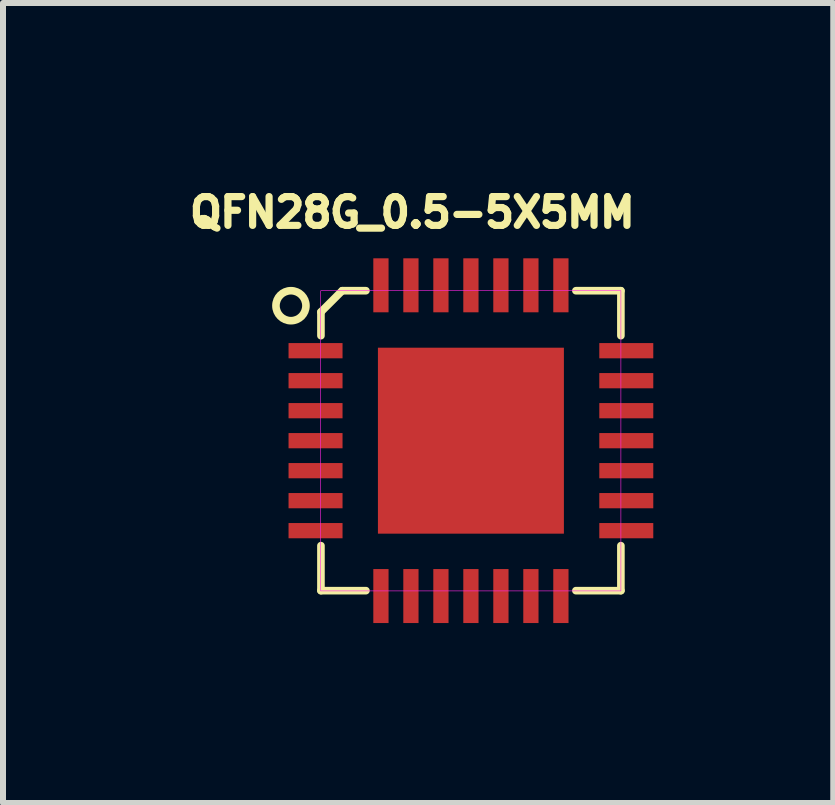
<source format=kicad_pcb>
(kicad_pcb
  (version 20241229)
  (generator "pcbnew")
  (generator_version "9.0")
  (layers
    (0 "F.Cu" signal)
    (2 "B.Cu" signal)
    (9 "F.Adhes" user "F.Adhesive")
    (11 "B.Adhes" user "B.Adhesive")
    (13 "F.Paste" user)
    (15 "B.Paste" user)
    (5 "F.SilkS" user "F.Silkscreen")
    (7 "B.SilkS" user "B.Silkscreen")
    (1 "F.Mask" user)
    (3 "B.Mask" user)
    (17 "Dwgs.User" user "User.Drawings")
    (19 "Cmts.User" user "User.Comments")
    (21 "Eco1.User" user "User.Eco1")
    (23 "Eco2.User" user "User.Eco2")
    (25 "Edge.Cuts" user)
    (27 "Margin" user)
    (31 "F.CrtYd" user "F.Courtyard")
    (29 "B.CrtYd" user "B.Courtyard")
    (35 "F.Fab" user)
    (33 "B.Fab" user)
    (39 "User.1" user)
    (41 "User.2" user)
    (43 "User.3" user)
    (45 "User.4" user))
  (footprint "QFN28G_0.5-5X5MM"
    (layer "F.Cu")
    (at 4.8 4.296)
    (property "Reference" "QFN28G_0.5-5X5MM" (at -0.976 -3.805 0) (layer "F.SilkS") (effects (font (size 0.48 0.48) (thickness 0.15))))
    (attr smd)
    (fp_line (start -2.5 -2.146) (end -2.5 -1.75) (stroke (width 0.127) (type solid)) (layer "F.SilkS"))
    (fp_line (start -2.5 1.75) (end -2.5 2.5) (stroke (width 0.127) (type solid)) (layer "F.SilkS"))
    (fp_line (start -2.5 2.5) (end -1.75 2.5) (stroke (width 0.127) (type solid)) (layer "F.SilkS"))
    (fp_line (start -2.146 -2.5) (end -2.5 -2.146) (stroke (width 0.127) (type solid)) (layer "F.SilkS"))
    (fp_line (start -1.75 -2.5) (end -2.146 -2.5) (stroke (width 0.127) (type solid)) (layer "F.SilkS"))
    (fp_line (start 1.75 -2.5) (end 2.5 -2.5) (stroke (width 0.127) (type solid)) (layer "F.SilkS"))
    (fp_line (start 1.75 2.5) (end 2.5 2.5) (stroke (width 0.127) (type solid)) (layer "F.SilkS"))
    (fp_line (start 2.5 -2.5) (end 2.5 -1.75) (stroke (width 0.127) (type solid)) (layer "F.SilkS"))
    (fp_line (start 2.5 2.5) (end 2.5 1.75) (stroke (width 0.127) (type solid)) (layer "F.SilkS"))
    (fp_circle (center -3 -2.25) (end -2.75 -2.25) (stroke (width 0.127) (type solid)) (fill no) (layer "F.SilkS"))
    (fp_poly (pts (xy -1.502 0.25) (xy -0.25 0.25) (xy -0.25 1.502) (xy -1.502 1.502)) (stroke (width 0.01) (type solid)) (fill yes) (layer "F.Paste"))
    (fp_poly (pts (xy -1.501 -1.5) (xy -0.25 -1.5) (xy -0.25 -0.25) (xy -1.501 -0.25)) (stroke (width 0.01) (type solid)) (fill yes) (layer "F.Paste"))
    (fp_poly (pts (xy 0.25 0.25) (xy 1.5 0.25) (xy 1.5 1.5) (xy 0.25 1.5)) (stroke (width 0.01) (type solid)) (fill yes) (layer "F.Paste"))
    (fp_poly (pts (xy 0.25 -1.5) (xy 1.5 -1.5) (xy 1.5 -0.25) (xy 0.25 -0.25)) (stroke (width 0.01) (type solid)) (fill yes) (layer "F.Paste"))
    (fp_poly (pts (xy -2.504 -2.5) (xy 2.5 -2.5) (xy 2.5 2.504) (xy -2.504 2.504)) (stroke (width 0.01) (type solid)) (fill no) (layer "F.CrtYd"))
    (pad "1" smd rect (at -2.59 -1.5) (size 0.9 0.254) (layers "F.Cu" "F.Mask" "F.Paste"))
    (pad "2" smd rect (at -2.59 -1) (size 0.9 0.254) (layers "F.Cu" "F.Mask" "F.Paste"))
    (pad "3" smd rect (at -2.59 -0.5) (size 0.9 0.254) (layers "F.Cu" "F.Mask" "F.Paste"))
    (pad "4" smd rect (at -2.59 0) (size 0.9 0.254) (layers "F.Cu" "F.Mask" "F.Paste"))
    (pad "5" smd rect (at -2.59 0.5) (size 0.9 0.254) (layers "F.Cu" "F.Mask" "F.Paste"))
    (pad "6" smd rect (at -2.59 1) (size 0.9 0.254) (layers "F.Cu" "F.Mask" "F.Paste"))
    (pad "7" smd rect (at -2.59 1.5) (size 0.9 0.254) (layers "F.Cu" "F.Mask" "F.Paste"))
    (pad "8" smd rect (at -1.5 2.59 90) (size 0.9 0.254) (layers "F.Cu" "F.Mask" "F.Paste"))
    (pad "9" smd rect (at -1 2.59 90) (size 0.9 0.254) (layers "F.Cu" "F.Mask" "F.Paste"))
    (pad "10" smd rect (at -0.5 2.59 90) (size 0.9 0.254) (layers "F.Cu" "F.Mask" "F.Paste"))
    (pad "11" smd rect (at 0 2.59 90) (size 0.9 0.254) (layers "F.Cu" "F.Mask" "F.Paste"))
    (pad "12" smd rect (at 0.5 2.59 90) (size 0.9 0.254) (layers "F.Cu" "F.Mask" "F.Paste"))
    (pad "13" smd rect (at 1 2.59 90) (size 0.9 0.254) (layers "F.Cu" "F.Mask" "F.Paste"))
    (pad "14" smd rect (at 1.5 2.59 90) (size 0.9 0.254) (layers "F.Cu" "F.Mask" "F.Paste"))
    (pad "15" smd rect (at 2.59 1.5 180) (size 0.9 0.254) (layers "F.Cu" "F.Mask" "F.Paste"))
    (pad "16" smd rect (at 2.59 1 180) (size 0.9 0.254) (layers "F.Cu" "F.Mask" "F.Paste"))
    (pad "17" smd rect (at 2.59 0.5 180) (size 0.9 0.254) (layers "F.Cu" "F.Mask" "F.Paste"))
    (pad "18" smd rect (at 2.59 0 180) (size 0.9 0.254) (layers "F.Cu" "F.Mask" "F.Paste"))
    (pad "19" smd rect (at 2.59 -0.5 180) (size 0.9 0.254) (layers "F.Cu" "F.Mask" "F.Paste"))
    (pad "20" smd rect (at 2.59 -1 180) (size 0.9 0.254) (layers "F.Cu" "F.Mask" "F.Paste"))
    (pad "21" smd rect (at 2.59 -1.5 180) (size 0.9 0.254) (layers "F.Cu" "F.Mask" "F.Paste"))
    (pad "22" smd rect (at 1.5 -2.59 270) (size 0.9 0.254) (layers "F.Cu" "F.Mask" "F.Paste"))
    (pad "23" smd rect (at 1 -2.59 270) (size 0.9 0.254) (layers "F.Cu" "F.Mask" "F.Paste"))
    (pad "24" smd rect (at 0.5 -2.59 270) (size 0.9 0.254) (layers "F.Cu" "F.Mask" "F.Paste"))
    (pad "25" smd rect (at 0 -2.59 270) (size 0.9 0.254) (layers "F.Cu" "F.Mask" "F.Paste"))
    (pad "26" smd rect (at -0.5 -2.59 270) (size 0.9 0.254) (layers "F.Cu" "F.Mask" "F.Paste"))
    (pad "27" smd rect (at -1 -2.59 270) (size 0.9 0.254) (layers "F.Cu" "F.Mask" "F.Paste"))
    (pad "28" smd rect (at -1.5 -2.59 270) (size 0.9 0.254) (layers "F.Cu" "F.Mask" "F.Paste"))
    (pad "29" smd rect (at 0 0) (size 3.1 3.1) (layers "F.Cu" "F.Mask")))
  (gr_rect
    (start -3 -3)
    (end 10.84 10.336)
    (stroke (width 0.1) (type default))
    (fill no)
    (layer "Edge.Cuts")))
</source>
